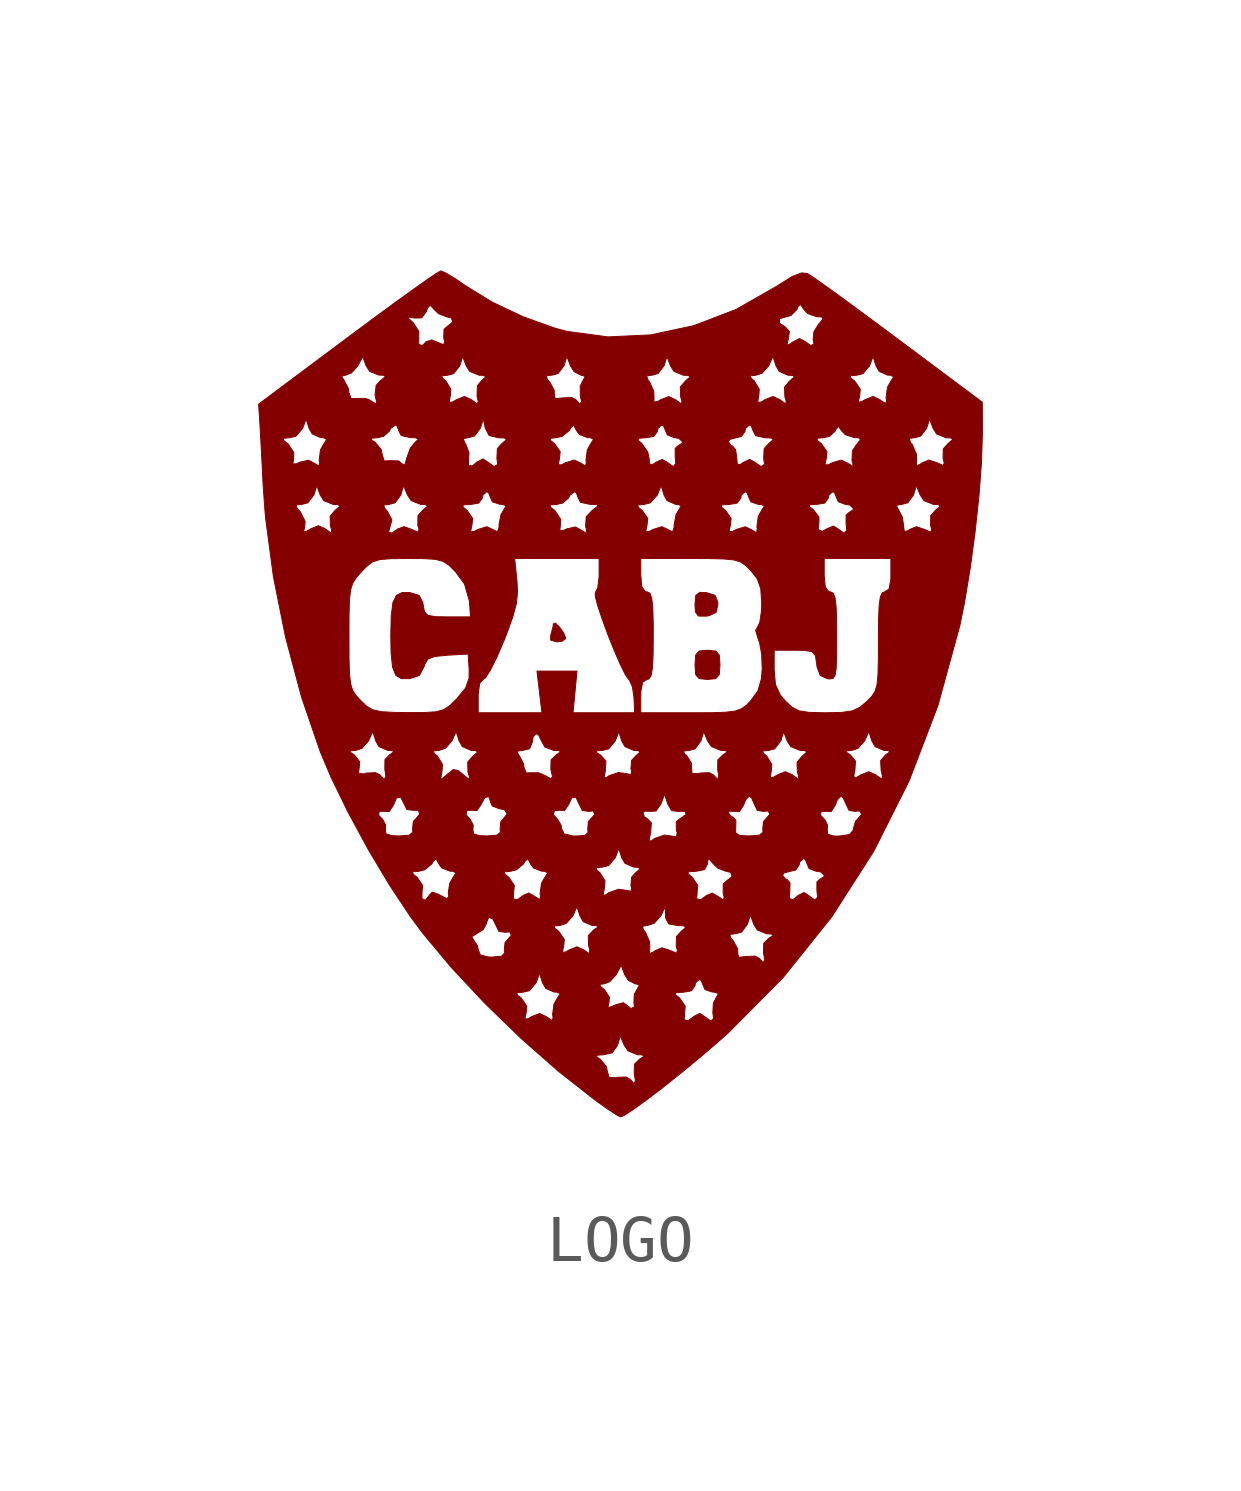
<source format=kicad_sym>
(kicad_symbol_lib
  (version 20210619)
  (generator bitmap2component)
  (symbol "LOGO"
    (pin_names
      (offset 1.016))
    (property "Reference" "#G"
      (at 0 9.382 0)
      (effects (font (size 1.27 1.27)) hide))
    (symbol "LOGO_0_0"
      (polyline (pts (xy 0.086 -9.088) (xy 0.286 -8.96) (xy 0.576 -8.75) (xy 0.932 -8.478) (xy 1.328 -8.162) (xy 1.739 -7.822) (xy 2.139 -7.479) (xy 2.328 -7.311) (xy 3.504 -6.125) (xy 4.545 -4.825) (xy 5.447 -3.416) (xy 6.207 -1.902) (xy 6.823 -0.288) (xy 7.292 1.421) (xy 7.391 1.909) (xy 7.514 2.647) (xy 7.62 3.435) (xy 7.704 4.219) (xy 7.758 4.941) (xy 7.776 5.545) (xy 7.774 6.216) (xy 5.978 7.557) (xy 5.591 7.845) (xy 5.12 8.193) (xy 4.707 8.496) (xy 4.372 8.737) (xy 4.138 8.902) (xy 4.025 8.975) (xy 3.899 8.99) (xy 3.694 8.912) (xy 3.391 8.723) (xy 3.355 8.699) (xy 2.494 8.207) (xy 1.969 8.005) (xy 3.421 8.005) (xy 3.568 8.049) (xy 3.668 8.074) (xy 3.797 8.206) (xy 3.821 8.265) (xy 3.871 8.315) (xy 3.946 8.206) (xy 4.028 8.117) (xy 4.222 8.049) (xy 4.33 8.045) (xy 4.356 8.002) (xy 4.251 7.874) (xy 4.16 7.724) (xy 4.145 7.561) (xy 4.162 7.463) (xy 4.096 7.431) (xy 3.957 7.527) (xy 3.852 7.581) (xy 3.703 7.505) (xy 3.636 7.453) (xy 3.582 7.444) (xy 3.615 7.581) (xy 3.635 7.733) (xy 3.539 7.836) (xy 3.424 7.91) (xy 3.421 8.005) (xy 1.969 8.005) (xy 1.587 7.859) (xy 0.661 7.66) (xy -0.257 7.617) (xy -1.14 7.736) (xy -1.397 7.805) (xy -2.077 8.049) (xy -2.746 8.366) (xy -3.32 8.719) (xy -3.522 8.858) (xy -3.729 8.984) (xy -3.842 9.033) (xy -3.932 8.983) (xy -4.145 8.839) (xy -4.462 8.615) (xy -4.863 8.325) (xy -5.248 8.043) (xy -4.545 8.043) (xy -4.408 8.021) (xy -4.252 8.025) (xy -4.151 8.165) (xy -4.126 8.238) (xy -4.071 8.298) (xy -3.981 8.2) (xy -3.894 8.116) (xy -3.724 8.049) (xy -3.617 8.024) (xy -3.588 7.934) (xy -3.705 7.841) (xy -3.774 7.781) (xy -3.781 7.598) (xy -3.762 7.516) (xy -3.783 7.448) (xy -3.917 7.503) (xy -4.039 7.551) (xy -4.159 7.513) (xy -4.238 7.431) (xy -4.316 7.455) (xy -4.318 7.606) (xy -4.314 7.733) (xy -4.438 7.926) (xy -4.526 8) (xy -4.545 8.043) (xy -5.248 8.043) (xy -5.329 7.983) (xy -5.84 7.603) (xy -6.951 6.773) (xy -5.975 6.773) (xy -5.879 6.797) (xy -5.76 6.843) (xy -5.624 6.995) (xy -5.518 7.193) (xy -5.445 6.995) (xy -5.37 6.877) (xy -5.173 6.797) (xy -5.078 6.795) (xy -5.053 6.781) (xy -3.829 6.781) (xy -3.695 6.794) (xy -3.568 6.828) (xy -3.437 6.997) (xy -3.373 7.197) (xy -3.299 6.997) (xy -3.223 6.877) (xy -3.021 6.794) (xy -2.935 6.792) (xy -2.917 6.783) (xy -1.579 6.783) (xy -1.451 6.797) (xy -1.328 6.83) (xy -1.201 6.997) (xy -1.137 7.197) (xy -1.063 6.997) (xy -0.984 6.872) (xy -0.842 6.797) (xy -0.836 6.797) (xy -0.774 6.779) (xy 0.573 6.779) (xy 0.699 6.797) (xy 0.819 6.831) (xy 0.946 6.997) (xy 1.009 7.197) (xy 1.083 6.997) (xy 1.159 6.877) (xy 1.361 6.794) (xy 1.46 6.791) (xy 1.476 6.781) (xy 2.786 6.781) (xy 2.915 6.794) (xy 3.05 6.837) (xy 3.193 6.998) (xy 3.283 7.2) (xy 3.347 6.998) (xy 3.416 6.877) (xy 3.606 6.794) (xy 3.701 6.791) (xy 3.713 6.783) (xy 4.937 6.783) (xy 5.078 6.794) (xy 5.212 6.827) (xy 5.356 6.997) (xy 5.43 7.197) (xy 5.494 6.997) (xy 5.562 6.877) (xy 5.741 6.797) (xy 5.798 6.796) (xy 5.874 6.762) (xy 5.802 6.649) (xy 5.739 6.536) (xy 5.71 6.318) (xy 5.72 6.254) (xy 5.702 6.185) (xy 5.591 6.259) (xy 5.582 6.267) (xy 5.431 6.338) (xy 5.262 6.272) (xy 5.182 6.225) (xy 5.114 6.219) (xy 5.143 6.351) (xy 5.157 6.494) (xy 5.039 6.667) (xy 4.96 6.729) (xy 4.937 6.783) (xy 3.713 6.783) (xy 3.746 6.761) (xy 3.636 6.667) (xy 3.531 6.542) (xy 3.538 6.335) (xy 3.566 6.238) (xy 3.557 6.179) (xy 3.449 6.256) (xy 3.426 6.274) (xy 3.28 6.338) (xy 3.11 6.269) (xy 3.022 6.217) (xy 2.955 6.216) (xy 2.979 6.357) (xy 2.99 6.494) (xy 2.88 6.676) (xy 2.822 6.722) (xy 2.786 6.781) (xy 1.476 6.781) (xy 1.509 6.761) (xy 1.401 6.667) (xy 1.295 6.542) (xy 1.302 6.335) (xy 1.33 6.238) (xy 1.321 6.179) (xy 1.213 6.256) (xy 1.205 6.262) (xy 1.051 6.337) (xy 0.881 6.273) (xy 0.813 6.233) (xy 0.729 6.217) (xy 0.731 6.332) (xy 0.726 6.452) (xy 0.637 6.649) (xy 0.6 6.696) (xy 0.573 6.779) (xy -0.774 6.779) (xy -0.744 6.771) (xy -0.801 6.667) (xy -0.852 6.561) (xy -0.851 6.354) (xy -0.825 6.233) (xy -0.855 6.173) (xy -0.944 6.268) (xy -1.036 6.318) (xy -1.226 6.309) (xy -1.235 6.306) (xy -1.389 6.293) (xy -1.407 6.369) (xy -1.41 6.472) (xy -1.501 6.641) (xy -1.558 6.709) (xy -1.579 6.783) (xy -2.917 6.783) (xy -2.874 6.763) (xy -2.97 6.676) (xy -3.059 6.569) (xy -3.066 6.343) (xy -3.041 6.237) (xy -3.057 6.179) (xy -3.167 6.255) (xy -3.19 6.273) (xy -3.338 6.338) (xy -3.508 6.269) (xy -3.596 6.217) (xy -3.663 6.216) (xy -3.639 6.357) (xy -3.628 6.494) (xy -3.738 6.676) (xy -3.798 6.723) (xy -3.829 6.781) (xy -5.053 6.781) (xy -5.03 6.768) (xy -5.139 6.676) (xy -5.231 6.577) (xy -5.254 6.363) (xy -5.226 6.245) (xy -5.218 6.173) (xy -5.246 6.186) (xy -5.366 6.26) (xy -5.452 6.296) (xy -5.657 6.297) (xy -5.767 6.293) (xy -5.813 6.416) (xy -5.827 6.512) (xy -5.921 6.69) (xy -5.975 6.773) (xy -6.951 6.773) (xy -7.752 6.174) (xy -7.727 5.792) (xy -7.718 5.636) (xy -7.707 5.442) (xy -7.227 5.442) (xy -7.085 5.453) (xy -6.951 5.486) (xy -6.807 5.655) (xy -6.733 5.855) (xy -6.67 5.655) (xy -6.601 5.535) (xy -6.423 5.456) (xy -6.365 5.454) (xy -6.336 5.442) (xy -5.344 5.442) (xy -5.207 5.453) (xy -5.072 5.483) (xy -4.951 5.59) (xy -4.918 5.653) (xy -4.82 5.724) (xy -4.783 5.709) (xy -4.74 5.59) (xy -4.692 5.5) (xy -4.5 5.456) (xy -4.387 5.453) (xy -4.347 5.435) (xy -3.363 5.435) (xy -3.241 5.456) (xy -3.121 5.491) (xy -2.995 5.657) (xy -2.929 5.858) (xy -2.889 5.657) (xy -2.807 5.502) (xy -2.61 5.453) (xy -2.477 5.448) (xy -2.469 5.441) (xy -1.505 5.441) (xy -1.368 5.453) (xy -1.238 5.484) (xy -1.084 5.612) (xy -1.05 5.671) (xy -0.991 5.721) (xy -0.936 5.612) (xy -0.871 5.524) (xy -0.695 5.456) (xy -0.639 5.454) (xy -0.566 5.421) (xy -0.581 5.397) (xy 0.391 5.397) (xy 0.396 5.442) (xy 0.559 5.453) (xy 0.726 5.482) (xy 0.805 5.59) (xy 0.815 5.652) (xy 0.894 5.724) (xy 0.935 5.709) (xy 0.984 5.59) (xy 1.017 5.512) (xy 1.163 5.456) (xy 1.267 5.439) (xy 1.341 5.366) (xy 2.325 5.366) (xy 2.359 5.418) (xy 2.504 5.456) (xy 2.608 5.481) (xy 2.683 5.59) (xy 2.693 5.652) (xy 2.772 5.724) (xy 2.814 5.709) (xy 2.862 5.59) (xy 2.912 5.498) (xy 3.108 5.453) (xy 3.246 5.447) (xy 3.254 5.441) (xy 4.221 5.441) (xy 4.363 5.453) (xy 4.498 5.484) (xy 4.622 5.6) (xy 4.636 5.635) (xy 4.687 5.698) (xy 4.758 5.6) (xy 4.837 5.518) (xy 5.027 5.456) (xy 5.125 5.452) (xy 5.138 5.438) (xy 6.207 5.438) (xy 6.333 5.456) (xy 6.454 5.489) (xy 6.58 5.655) (xy 6.644 5.855) (xy 6.718 5.655) (xy 6.793 5.535) (xy 6.995 5.453) (xy 7.094 5.449) (xy 7.144 5.419) (xy 7.035 5.325) (xy 6.936 5.213) (xy 6.932 5.007) (xy 6.957 4.918) (xy 6.937 4.858) (xy 6.8 4.918) (xy 6.625 4.975) (xy 6.47 4.907) (xy 6.434 4.879) (xy 6.359 4.852) (xy 6.364 4.977) (xy 6.36 5.103) (xy 6.272 5.308) (xy 6.234 5.355) (xy 6.207 5.438) (xy 5.138 5.438) (xy 5.162 5.412) (xy 5.065 5.29) (xy 4.987 5.17) (xy 4.978 4.954) (xy 4.997 4.903) (xy 5 4.834) (xy 4.897 4.903) (xy 4.747 4.974) (xy 4.559 4.918) (xy 4.468 4.872) (xy 4.398 4.874) (xy 4.427 5.007) (xy 4.442 5.154) (xy 4.323 5.325) (xy 4.245 5.387) (xy 4.221 5.441) (xy 3.254 5.441) (xy 3.291 5.415) (xy 3.189 5.325) (xy 3.094 5.22) (xy 3.083 5.015) (xy 3.101 4.883) (xy 3.03 4.835) (xy 2.884 4.933) (xy 2.785 4.989) (xy 2.642 4.922) (xy 2.583 4.878) (xy 2.519 4.885) (xy 2.504 5.042) (xy 2.481 5.2) (xy 2.415 5.277) (xy 2.393 5.279) (xy 2.325 5.366) (xy 1.341 5.366) (xy 1.337 5.339) (xy 1.242 5.277) (xy 1.185 5.225) (xy 1.185 5.053) (xy 1.198 4.898) (xy 1.143 4.836) (xy 1.005 4.933) (xy 0.907 4.989) (xy 0.764 4.922) (xy 0.721 4.888) (xy 0.644 4.872) (xy 0.626 5.01) (xy 0.597 5.149) (xy 0.469 5.331) (xy 0.391 5.397) (xy -0.581 5.397) (xy -0.637 5.308) (xy -0.7 5.195) (xy -0.729 4.977) (xy -0.722 4.93) (xy -0.735 4.845) (xy -0.835 4.907) (xy -0.978 4.975) (xy -1.165 4.918) (xy -1.256 4.872) (xy -1.325 4.874) (xy -1.297 5.007) (xy -1.282 5.154) (xy -1.401 5.325) (xy -1.48 5.388) (xy -1.505 5.441) (xy -2.469 5.441) (xy -2.432 5.415) (xy -2.535 5.325) (xy -2.63 5.22) (xy -2.64 5.015) (xy -2.623 4.88) (xy -2.696 4.836) (xy -2.844 4.937) (xy -2.937 4.998) (xy -3.059 4.937) (xy -3.166 4.851) (xy -3.252 4.856) (xy -3.246 5.009) (xy -3.238 5.13) (xy -3.31 5.322) (xy -3.329 5.346) (xy -3.363 5.435) (xy -4.347 5.435) (xy -4.322 5.424) (xy -4.404 5.344) (xy -4.499 5.227) (xy -4.577 5.008) (xy -4.579 4.997) (xy -4.618 4.864) (xy -4.681 4.9) (xy -4.751 4.956) (xy -4.927 4.961) (xy -5.059 4.956) (xy -5.098 5.088) (xy -5.123 5.201) (xy -5.254 5.359) (xy -5.315 5.396) (xy -5.344 5.442) (xy -6.336 5.442) (xy -6.29 5.421) (xy -6.362 5.308) (xy -6.424 5.195) (xy -6.453 4.977) (xy -6.446 4.93) (xy -6.458 4.845) (xy -6.559 4.907) (xy -6.679 4.971) (xy -6.872 4.927) (xy -6.931 4.897) (xy -7.015 4.889) (xy -7 5.014) (xy -6.997 5.138) (xy -7.121 5.323) (xy -7.206 5.389) (xy -7.227 5.442) (xy -7.707 5.442) (xy -7.699 5.296) (xy -7.677 4.874) (xy -7.655 4.427) (xy -7.625 4.013) (xy -6.944 4.013) (xy -6.817 4.025) (xy -6.695 4.057) (xy -6.567 4.224) (xy -6.504 4.424) (xy -6.43 4.224) (xy -6.354 4.104) (xy -6.152 4.022) (xy -6.053 4.019) (xy -6.041 4.011) (xy -5.068 4.011) (xy -4.943 4.025) (xy -4.823 4.058) (xy -4.701 4.226) (xy -4.642 4.427) (xy -4.56 4.226) (xy -4.478 4.105) (xy -4.274 4.022) (xy -4.175 4.019) (xy -4.125 3.989) (xy -4.15 3.967) (xy -3.367 3.967) (xy -3.362 4.012) (xy -3.197 4.022) (xy -3.031 4.051) (xy -2.951 4.159) (xy -2.941 4.221) (xy -2.862 4.293) (xy -2.821 4.278) (xy -2.773 4.159) (xy -2.735 4.077) (xy -2.576 4.025) (xy -2.549 4.024) (xy -2.491 4.011) (xy -1.503 4.011) (xy -1.361 4.022) (xy -1.226 4.052) (xy -1.106 4.159) (xy -1.072 4.222) (xy -0.974 4.293) (xy -0.938 4.278) (xy -0.894 4.159) (xy -0.846 4.068) (xy -0.651 4.025) (xy -0.498 4.021) (xy -0.49 4.01) (xy 0.376 4.01) (xy 0.517 4.022) (xy 0.652 4.056) (xy 0.803 4.226) (xy 0.885 4.427) (xy 0.945 4.226) (xy 1.011 4.104) (xy 1.191 4.025) (xy 1.208 4.025) (xy 1.317 4) (xy 1.298 3.967) (xy 2.178 3.967) (xy 2.183 4.012) (xy 2.348 4.022) (xy 2.514 4.051) (xy 2.594 4.159) (xy 2.604 4.221) (xy 2.683 4.293) (xy 2.724 4.278) (xy 2.772 4.159) (xy 2.808 4.078) (xy 2.962 4.025) (xy 3.023 4.023) (xy 3.101 3.99) (xy 3.09 3.973) (xy 4.068 3.973) (xy 4.069 4.016) (xy 4.231 4.025) (xy 4.393 4.051) (xy 4.472 4.159) (xy 4.482 4.221) (xy 4.561 4.293) (xy 4.602 4.278) (xy 4.651 4.159) (xy 4.684 4.081) (xy 4.83 4.025) (xy 4.934 4.008) (xy 4.937 4.004) (xy 5.93 4.004) (xy 6.053 4.025) (xy 6.176 4.057) (xy 6.299 4.226) (xy 6.359 4.427) (xy 6.441 4.226) (xy 6.522 4.105) (xy 6.727 4.022) (xy 6.826 4.019) (xy 6.875 3.989) (xy 6.767 3.894) (xy 6.668 3.783) (xy 6.663 3.576) (xy 6.689 3.487) (xy 6.668 3.427) (xy 6.532 3.487) (xy 6.362 3.545) (xy 6.21 3.483) (xy 6.171 3.453) (xy 6.099 3.447) (xy 6.082 3.593) (xy 6.059 3.748) (xy 5.974 3.917) (xy 5.965 3.927) (xy 5.93 4.004) (xy 4.937 4.004) (xy 5.008 3.935) (xy 5.004 3.908) (xy 4.909 3.846) (xy 4.852 3.794) (xy 4.851 3.622) (xy 4.865 3.467) (xy 4.809 3.405) (xy 4.672 3.502) (xy 4.583 3.559) (xy 4.445 3.503) (xy 4.345 3.446) (xy 4.253 3.483) (xy 4.269 3.644) (xy 4.27 3.751) (xy 4.156 3.904) (xy 4.068 3.973) (xy 3.09 3.973) (xy 3.029 3.877) (xy 2.967 3.764) (xy 2.938 3.546) (xy 2.945 3.499) (xy 2.932 3.414) (xy 2.832 3.476) (xy 2.689 3.544) (xy 2.501 3.487) (xy 2.411 3.441) (xy 2.341 3.443) (xy 2.37 3.576) (xy 2.385 3.723) (xy 2.266 3.894) (xy 2.178 3.967) (xy 1.298 3.967) (xy 1.27 3.917) (xy 1.205 3.807) (xy 1.163 3.593) (xy 1.161 3.529) (xy 1.129 3.434) (xy 1.034 3.483) (xy 0.901 3.545) (xy 0.713 3.487) (xy 0.622 3.441) (xy 0.553 3.443) (xy 0.581 3.576) (xy 0.596 3.723) (xy 0.478 3.894) (xy 0.399 3.956) (xy 0.376 4.01) (xy -0.49 4.01) (xy -0.471 3.988) (xy -0.598 3.891) (xy -0.723 3.76) (xy -0.737 3.556) (xy -0.718 3.477) (xy -0.727 3.406) (xy -0.829 3.472) (xy -0.955 3.539) (xy -1.148 3.496) (xy -1.207 3.466) (xy -1.291 3.458) (xy -1.277 3.583) (xy -1.273 3.707) (xy -1.397 3.892) (xy -1.482 3.958) (xy -1.503 4.011) (xy -2.491 4.011) (xy -2.44 3.999) (xy -2.486 3.917) (xy -2.552 3.807) (xy -2.594 3.593) (xy -2.595 3.529) (xy -2.627 3.434) (xy -2.722 3.483) (xy -2.856 3.545) (xy -3.044 3.487) (xy -3.134 3.441) (xy -3.204 3.443) (xy -3.175 3.576) (xy -3.16 3.723) (xy -3.279 3.894) (xy -3.367 3.967) (xy -4.15 3.967) (xy -4.234 3.894) (xy -4.333 3.783) (xy -4.337 3.576) (xy -4.311 3.483) (xy -4.334 3.428) (xy -4.473 3.489) (xy -4.631 3.546) (xy -4.768 3.496) (xy -4.889 3.409) (xy -4.964 3.425) (xy -4.93 3.555) (xy -4.892 3.69) (xy -4.984 3.868) (xy -5.047 3.941) (xy -5.068 4.011) (xy -6.041 4.011) (xy -6.003 3.989) (xy -6.112 3.894) (xy -6.218 3.769) (xy -6.211 3.562) (xy -6.183 3.466) (xy -6.192 3.407) (xy -6.3 3.483) (xy -6.323 3.502) (xy -6.469 3.565) (xy -6.639 3.496) (xy -6.717 3.45) (xy -6.789 3.433) (xy -6.763 3.537) (xy -6.754 3.66) (xy -6.854 3.859) (xy -6.93 3.948) (xy -6.944 4.013) (xy -7.625 4.013) (xy -7.605 3.748) (xy -7.435 2.475) (xy -7.18 1.204) (xy -5.813 1.204) (xy -5.812 1.659) (xy -5.803 1.974) (xy -5.779 2.185) (xy -5.734 2.331) (xy -5.66 2.448) (xy -5.55 2.574) (xy -5.431 2.698) (xy -5.305 2.791) (xy -5.147 2.84) (xy -4.908 2.859) (xy -4.539 2.862) (xy -4.215 2.86) (xy -3.959 2.844) (xy -3.792 2.8) (xy -3.662 2.714) (xy -3.522 2.571) (xy -3.335 2.316) (xy -3.229 1.945) (xy -3.206 1.61) (xy -3.699 1.61) (xy -3.955 1.614) (xy -4.119 1.642) (xy -4.192 1.715) (xy -4.22 1.856) (xy -4.229 1.918) (xy -4.31 2.072) (xy -4.507 2.131) (xy -4.669 2.134) (xy -4.796 2.072) (xy -4.871 1.916) (xy -4.907 1.637) (xy -4.916 1.207) (xy -4.91 0.828) (xy -4.878 0.53) (xy -4.809 0.358) (xy -4.691 0.285) (xy -4.51 0.284) (xy -4.304 0.354) (xy -4.204 0.537) (xy -4.188 0.593) (xy -4.12 0.704) (xy -3.976 0.76) (xy -3.704 0.787) (xy -3.257 0.813) (xy -3.235 0.482) (xy -3.237 0.293) (xy -3.312 0.082) (xy -3.453 -0.089) (xy -3.041 -0.089) (xy -3.041 -0.05) (xy -3.008 0.185) (xy -2.929 0.27) (xy -2.885 0.303) (xy -2.777 0.471) (xy -2.639 0.747) (xy -2.489 1.097) (xy -2.429 1.25) (xy -2.295 1.621) (xy -2.221 1.901) (xy -2.197 2.14) (xy -2.21 2.393) (xy -2.259 2.862) (xy -0.447 2.862) (xy 0.447 2.862) (xy 1.504 2.862) (xy 1.898 2.861) (xy 2.224 2.853) (xy 2.441 2.832) (xy 2.584 2.789) (xy 2.692 2.718) (xy 2.8 2.611) (xy 2.944 2.431) (xy 3.021 2.214) (xy 3.041 1.901) (xy 3.035 1.732) (xy 3.002 1.5) (xy 2.951 1.386) (xy 2.911 1.321) (xy 2.965 1.138) (xy 2.995 1.058) (xy 3.025 0.894) (xy 3.309 0.894) (xy 3.751 0.894) (xy 3.966 0.891) (xy 4.126 0.862) (xy 4.194 0.777) (xy 4.22 0.604) (xy 4.229 0.534) (xy 4.298 0.353) (xy 4.449 0.284) (xy 4.502 0.278) (xy 4.573 0.29) (xy 4.617 0.357) (xy 4.64 0.511) (xy 4.649 0.782) (xy 4.651 1.201) (xy 4.649 1.457) (xy 4.64 1.802) (xy 4.617 2.013) (xy 4.578 2.118) (xy 4.516 2.147) (xy 4.478 2.153) (xy 4.404 2.256) (xy 4.382 2.504) (xy 4.382 2.862) (xy 5.813 2.862) (xy 5.813 2.504) (xy 5.811 2.401) (xy 5.772 2.206) (xy 5.679 2.147) (xy 5.628 2.127) (xy 5.587 2.04) (xy 5.561 1.856) (xy 5.548 1.549) (xy 5.545 1.09) (xy 5.544 0.696) (xy 5.536 0.369) (xy 5.515 0.153) (xy 5.472 0.009) (xy 5.401 -0.098) (xy 5.294 -0.207) (xy 5.148 -0.33) (xy 4.986 -0.406) (xy 4.762 -0.439) (xy 4.417 -0.447) (xy 4.391 -0.447) (xy 4.059 -0.439) (xy 3.846 -0.406) (xy 3.695 -0.33) (xy 3.549 -0.196) (xy 3.438 -0.064) (xy 3.336 0.162) (xy 3.309 0.474) (xy 3.309 0.894) (xy 3.025 0.894) (xy 3.041 0.801) (xy 3.052 0.497) (xy 3.035 0.283) (xy 2.959 0.02) (xy 2.798 -0.199) (xy 2.707 -0.29) (xy 2.602 -0.365) (xy 2.466 -0.412) (xy 2.262 -0.436) (xy 1.954 -0.446) (xy 1.504 -0.447) (xy 0.447 -0.447) (xy 0.447 -0.089) (xy 0.45 0.013) (xy 0.488 0.209) (xy 0.581 0.268) (xy 0.617 0.276) (xy 0.666 0.342) (xy 0.696 0.5) (xy 0.711 0.779) (xy 0.715 1.207) (xy 0.714 1.455) (xy 0.705 1.801) (xy 0.682 2.012) (xy 0.643 2.118) (xy 0.581 2.147) (xy 0.543 2.153) (xy 0.469 2.256) (xy 0.447 2.504) (xy 0.447 2.862) (xy -0.447 2.862) (xy -0.447 2.512) (xy -0.449 2.442) (xy -0.477 2.231) (xy -0.528 2.132) (xy -0.53 2.051) (xy -0.476 1.846) (xy -0.379 1.556) (xy -0.256 1.222) (xy -0.121 0.885) (xy 0.01 0.585) (xy 0.12 0.363) (xy 0.196 0.258) (xy 0.207 0.248) (xy 0.268 0.107) (xy 0.301 -0.122) (xy 0.316 -0.447) (xy -1.007 -0.447) (xy -0.964 0) (xy -0.921 0.447) (xy -1.78 0.447) (xy -1.727 0) (xy -1.674 -0.447) (xy -3.041 -0.447) (xy -3.041 -0.089) (xy -3.453 -0.089) (xy -3.502 -0.148) (xy -3.645 -0.289) (xy -3.776 -0.379) (xy -3.939 -0.425) (xy -4.183 -0.442) (xy -4.556 -0.443) (xy -4.851 -0.439) (xy -5.126 -0.423) (xy -5.305 -0.383) (xy -5.436 -0.306) (xy -5.567 -0.18) (xy -5.666 -0.071) (xy -5.737 0.041) (xy -5.78 0.185) (xy -5.803 0.4) (xy -5.812 0.72) (xy -5.813 1.182) (xy -5.813 1.204) (xy -7.18 1.204) (xy -7.172 1.167) (xy -6.831 -0.112) (xy -6.435 -1.266) (xy -5.8 -1.266) (xy -5.671 -1.255) (xy -5.536 -1.212) (xy -5.393 -1.051) (xy -5.303 -0.85) (xy -5.239 -1.051) (xy -5.17 -1.173) (xy -4.98 -1.255) (xy -4.906 -1.257) (xy -4.874 -1.268) (xy -4.011 -1.268) (xy -3.882 -1.255) (xy -3.748 -1.212) (xy -3.604 -1.051) (xy -3.514 -0.85) (xy -3.45 -1.051) (xy -3.381 -1.173) (xy -3.191 -1.255) (xy -3.096 -1.258) (xy -3.076 -1.272) (xy -2.206 -1.272) (xy -2.075 -1.252) (xy -1.938 -1.219) (xy -1.878 -1.073) (xy -1.863 -0.969) (xy -1.799 -0.894) (xy -1.744 -0.928) (xy -1.673 -1.073) (xy -1.611 -1.183) (xy -1.417 -1.255) (xy -1.323 -1.258) (xy -1.306 -1.265) (xy -0.516 -1.265) (xy -0.377 -1.255) (xy -0.243 -1.222) (xy -0.099 -1.052) (xy -0.025 -0.853) (xy 0.038 -1.052) (xy 0.107 -1.173) (xy 0.297 -1.255) (xy 0.382 -1.258) (xy 0.407 -1.27) (xy 1.359 -1.27) (xy 1.488 -1.255) (xy 1.612 -1.221) (xy 1.738 -1.051) (xy 1.798 -0.85) (xy 1.88 -1.051) (xy 1.961 -1.171) (xy 2.166 -1.255) (xy 2.255 -1.257) (xy 2.281 -1.268) (xy 3.057 -1.268) (xy 3.191 -1.255) (xy 3.319 -1.222) (xy 3.45 -1.052) (xy 3.513 -0.853) (xy 3.587 -1.052) (xy 3.663 -1.172) (xy 3.865 -1.255) (xy 3.964 -1.258) (xy 3.977 -1.266) (xy 4.844 -1.266) (xy 4.972 -1.255) (xy 5.106 -1.212) (xy 5.25 -1.051) (xy 5.34 -0.85) (xy 5.404 -1.051) (xy 5.473 -1.173) (xy 5.663 -1.255) (xy 5.737 -1.257) (xy 5.8 -1.279) (xy 5.701 -1.349) (xy 5.593 -1.472) (xy 5.604 -1.682) (xy 5.633 -1.815) (xy 5.615 -1.869) (xy 5.508 -1.794) (xy 5.487 -1.778) (xy 5.338 -1.712) (xy 5.168 -1.78) (xy 5.07 -1.837) (xy 5.014 -1.823) (xy 5.042 -1.667) (xy 5.053 -1.484) (xy 4.942 -1.349) (xy 4.885 -1.315) (xy 4.844 -1.266) (xy 3.977 -1.266) (xy 4.013 -1.288) (xy 3.905 -1.383) (xy 3.799 -1.508) (xy 3.806 -1.714) (xy 3.834 -1.811) (xy 3.825 -1.87) (xy 3.717 -1.793) (xy 3.695 -1.775) (xy 3.548 -1.711) (xy 3.379 -1.78) (xy 3.29 -1.832) (xy 3.224 -1.833) (xy 3.247 -1.692) (xy 3.259 -1.556) (xy 3.148 -1.373) (xy 3.089 -1.326) (xy 3.057 -1.268) (xy 2.281 -1.268) (xy 2.311 -1.281) (xy 2.206 -1.353) (xy 2.1 -1.458) (xy 2.096 -1.663) (xy 2.121 -1.812) (xy 2.093 -1.875) (xy 2.008 -1.781) (xy 1.916 -1.732) (xy 1.727 -1.74) (xy 1.663 -1.755) (xy 1.546 -1.746) (xy 1.539 -1.636) (xy 1.535 -1.532) (xy 1.434 -1.367) (xy 1.393 -1.333) (xy 1.359 -1.27) (xy 0.407 -1.27) (xy 0.437 -1.286) (xy 0.334 -1.378) (xy 0.25 -1.47) (xy 0.235 -1.653) (xy 0.25 -1.694) (xy 0.238 -1.772) (xy 0.099 -1.747) (xy -0.031 -1.729) (xy -0.234 -1.797) (xy -0.294 -1.843) (xy -0.339 -1.833) (xy -0.311 -1.679) (xy -0.301 -1.484) (xy -0.417 -1.353) (xy -0.488 -1.31) (xy -0.516 -1.265) (xy -1.306 -1.265) (xy -1.268 -1.282) (xy -1.371 -1.353) (xy -1.478 -1.458) (xy -1.482 -1.663) (xy -1.446 -1.824) (xy -1.484 -1.86) (xy -1.638 -1.778) (xy -1.75 -1.734) (xy -1.928 -1.734) (xy -2.007 -1.739) (xy -2.057 -1.625) (xy -2.069 -1.539) (xy -2.164 -1.359) (xy -2.179 -1.345) (xy -2.206 -1.272) (xy -3.076 -1.272) (xy -3.051 -1.288) (xy -3.161 -1.383) (xy -3.266 -1.507) (xy -3.261 -1.715) (xy -3.227 -1.834) (xy -3.247 -1.869) (xy -3.369 -1.768) (xy -3.467 -1.688) (xy -3.574 -1.665) (xy -3.706 -1.768) (xy -3.797 -1.85) (xy -3.845 -1.855) (xy -3.817 -1.706) (xy -3.807 -1.556) (xy -3.917 -1.373) (xy -3.975 -1.328) (xy -4.011 -1.268) (xy -4.874 -1.268) (xy -4.843 -1.279) (xy -4.942 -1.349) (xy -5.042 -1.452) (xy -5.044 -1.659) (xy -5.021 -1.816) (xy -5.058 -1.876) (xy -5.147 -1.781) (xy -5.239 -1.732) (xy -5.428 -1.74) (xy -5.515 -1.759) (xy -5.609 -1.742) (xy -5.593 -1.62) (xy -5.582 -1.499) (xy -5.698 -1.351) (xy -5.759 -1.314) (xy -5.8 -1.266) (xy -6.435 -1.266) (xy -6.424 -1.297) (xy -6.198 -1.83) (xy -5.83 -2.587) (xy -5.796 -2.648) (xy -5.175 -2.648) (xy -5.167 -2.563) (xy -5.048 -2.563) (xy -4.948 -2.566) (xy -4.859 -2.426) (xy -4.792 -2.274) (xy -4.703 -2.257) (xy -4.625 -2.415) (xy -4.571 -2.522) (xy -4.435 -2.54) (xy -4.324 -2.538) (xy -4.298 -2.624) (xy -4.306 -2.634) (xy -3.301 -2.634) (xy -3.285 -2.543) (xy -3.167 -2.54) (xy -3.067 -2.546) (xy -2.978 -2.415) (xy -2.976 -2.408) (xy -2.898 -2.265) (xy -2.813 -2.248) (xy -2.773 -2.37) (xy -2.739 -2.448) (xy -2.594 -2.504) (xy -2.48 -2.525) (xy -2.417 -2.616) (xy -2.434 -2.636) (xy -1.424 -2.636) (xy -1.407 -2.545) (xy -1.289 -2.54) (xy -1.189 -2.546) (xy -1.099 -2.415) (xy -1.033 -2.269) (xy -0.944 -2.261) (xy -0.866 -2.426) (xy -0.809 -2.542) (xy -0.676 -2.563) (xy -0.573 -2.554) (xy -0.558 -2.588) (xy 0.495 -2.588) (xy 0.532 -2.558) (xy 0.673 -2.562) (xy 0.774 -2.555) (xy 0.881 -2.403) (xy 0.958 -2.194) (xy 1.024 -2.402) (xy 1.106 -2.545) (xy 1.261 -2.565) (xy 1.4 -2.562) (xy 1.409 -2.596) (xy 2.325 -2.596) (xy 2.346 -2.559) (xy 2.465 -2.563) (xy 2.565 -2.566) (xy 2.654 -2.426) (xy 2.699 -2.311) (xy 2.772 -2.236) (xy 2.825 -2.275) (xy 2.891 -2.426) (xy 2.947 -2.542) (xy 3.08 -2.563) (xy 3.183 -2.554) (xy 3.215 -2.627) (xy 3.196 -2.648) (xy 4.306 -2.648) (xy 4.314 -2.563) (xy 4.432 -2.563) (xy 4.533 -2.566) (xy 4.622 -2.426) (xy 4.666 -2.311) (xy 4.74 -2.236) (xy 4.792 -2.275) (xy 4.859 -2.426) (xy 4.915 -2.542) (xy 5.048 -2.563) (xy 5.145 -2.553) (xy 5.185 -2.624) (xy 5.098 -2.728) (xy 5.055 -2.772) (xy 5.008 -2.934) (xy 5.006 -2.963) (xy 4.927 -3.059) (xy 4.708 -3.092) (xy 4.58 -3.09) (xy 4.455 -3.05) (xy 4.447 -2.945) (xy 4.454 -2.858) (xy 4.39 -2.733) (xy 4.306 -2.648) (xy 3.196 -2.648) (xy 3.122 -2.733) (xy 3.079 -2.783) (xy 3.064 -2.941) (xy 3.069 -3.011) (xy 2.992 -3.073) (xy 2.775 -3.09) (xy 2.566 -3.078) (xy 2.481 -3.021) (xy 2.486 -2.886) (xy 2.488 -2.756) (xy 2.425 -2.683) (xy 2.395 -2.679) (xy 2.325 -2.596) (xy 1.409 -2.596) (xy 1.418 -2.63) (xy 1.291 -2.718) (xy 1.208 -2.783) (xy 1.21 -2.96) (xy 1.227 -3.02) (xy 1.215 -3.11) (xy 1.078 -3.087) (xy 0.954 -3.071) (xy 0.741 -3.145) (xy 0.664 -3.202) (xy 0.626 -3.181) (xy 0.658 -3.017) (xy 0.675 -2.813) (xy 0.584 -2.716) (xy 0.522 -2.679) (xy 0.495 -2.588) (xy -0.558 -2.588) (xy -0.541 -2.627) (xy -0.634 -2.733) (xy -0.678 -2.785) (xy -0.691 -2.945) (xy -0.683 -3.011) (xy -0.749 -3.078) (xy -0.952 -3.092) (xy -1.008 -3.09) (xy -1.196 -3.046) (xy -1.252 -2.934) (xy -1.263 -2.856) (xy -1.342 -2.728) (xy -1.424 -2.636) (xy -2.434 -2.636) (xy -2.512 -2.733) (xy -2.555 -2.783) (xy -2.571 -2.941) (xy -2.565 -3.012) (xy -2.644 -3.074) (xy -2.862 -3.09) (xy -3.019 -3.083) (xy -3.144 -3.041) (xy -3.154 -2.941) (xy -3.147 -2.859) (xy -3.212 -2.733) (xy -3.301 -2.634) (xy -4.306 -2.634) (xy -4.39 -2.733) (xy -4.434 -2.783) (xy -4.449 -2.941) (xy -4.444 -3.012) (xy -4.522 -3.074) (xy -4.74 -3.09) (xy -4.897 -3.083) (xy -5.022 -3.041) (xy -5.032 -2.941) (xy -5.025 -2.859) (xy -5.09 -2.733) (xy -5.175 -2.648) (xy -5.796 -2.648) (xy -5.401 -3.378) (xy -5.113 -3.86) (xy -4.456 -3.86) (xy -4.32 -3.849) (xy -4.189 -3.817) (xy -4.035 -3.689) (xy -4.001 -3.63) (xy -3.942 -3.58) (xy -3.887 -3.689) (xy -3.822 -3.777) (xy -3.646 -3.846) (xy -3.591 -3.847) (xy -3.562 -3.86) (xy -2.489 -3.86) (xy -2.352 -3.849) (xy -2.221 -3.817) (xy -2.067 -3.689) (xy -2.033 -3.63) (xy -1.975 -3.58) (xy -1.919 -3.689) (xy -1.858 -3.772) (xy -0.516 -3.772) (xy -0.377 -3.759) (xy -0.244 -3.726) (xy -0.099 -3.557) (xy -0.025 -3.357) (xy 0.038 -3.557) (xy 0.107 -3.677) (xy 0.297 -3.759) (xy 0.382 -3.762) (xy 0.437 -3.791) (xy 0.334 -3.882) (xy 0.314 -3.903) (xy 1.462 -3.903) (xy 1.467 -3.859) (xy 1.632 -3.849) (xy 1.814 -3.813) (xy 1.881 -3.689) (xy 1.884 -3.619) (xy 1.911 -3.582) (xy 2.003 -3.689) (xy 2.099 -3.78) (xy 2.268 -3.846) (xy 2.375 -3.871) (xy 2.396 -3.935) (xy 3.488 -3.935) (xy 3.522 -3.883) (xy 3.667 -3.846) (xy 3.771 -3.821) (xy 3.846 -3.712) (xy 3.856 -3.65) (xy 3.935 -3.577) (xy 3.976 -3.593) (xy 4.025 -3.712) (xy 4.058 -3.79) (xy 4.204 -3.846) (xy 4.307 -3.862) (xy 4.382 -3.935) (xy 4.378 -3.962) (xy 4.282 -4.025) (xy 4.226 -4.077) (xy 4.225 -4.248) (xy 4.239 -4.406) (xy 4.182 -4.465) (xy 4.043 -4.364) (xy 3.95 -4.303) (xy 3.828 -4.364) (xy 3.711 -4.457) (xy 3.637 -4.432) (xy 3.645 -4.248) (xy 3.65 -4.099) (xy 3.588 -4.025) (xy 3.557 -4.02) (xy 3.488 -3.935) (xy 2.396 -3.935) (xy 2.405 -3.961) (xy 2.288 -4.054) (xy 2.216 -4.117) (xy 2.214 -4.31) (xy 2.235 -4.402) (xy 2.222 -4.465) (xy 2.113 -4.391) (xy 1.979 -4.315) (xy 1.856 -4.368) (xy 1.736 -4.458) (xy 1.647 -4.441) (xy 1.657 -4.286) (xy 1.67 -4.152) (xy 1.551 -3.976) (xy 1.462 -3.903) (xy 0.314 -3.903) (xy 0.25 -3.974) (xy 0.235 -4.158) (xy 0.25 -4.199) (xy 0.238 -4.276) (xy 0.099 -4.251) (xy -0.027 -4.233) (xy -0.243 -4.308) (xy -0.309 -4.358) (xy -0.36 -4.357) (xy -0.333 -4.21) (xy -0.32 -4.053) (xy -0.429 -3.878) (xy -0.492 -3.827) (xy -0.516 -3.772) (xy -1.858 -3.772) (xy -1.855 -3.777) (xy -1.679 -3.846) (xy -1.623 -3.847) (xy -1.549 -3.881) (xy -1.621 -3.994) (xy -1.684 -4.107) (xy -1.713 -4.325) (xy -1.704 -4.384) (xy -1.72 -4.457) (xy -1.829 -4.386) (xy -1.956 -4.314) (xy -2.079 -4.368) (xy -2.2 -4.458) (xy -2.289 -4.441) (xy -2.279 -4.286) (xy -2.266 -4.152) (xy -2.384 -3.976) (xy -2.464 -3.914) (xy -2.489 -3.86) (xy -3.562 -3.86) (xy -3.517 -3.881) (xy -3.589 -3.994) (xy -3.652 -4.105) (xy -3.683 -4.311) (xy -3.673 -4.389) (xy -3.71 -4.435) (xy -3.851 -4.365) (xy -3.887 -4.344) (xy -4.025 -4.295) (xy -4.089 -4.36) (xy -4.091 -4.366) (xy -4.176 -4.47) (xy -4.249 -4.434) (xy -4.246 -4.286) (xy -4.233 -4.152) (xy -4.352 -3.976) (xy -4.431 -3.914) (xy -4.456 -3.86) (xy -5.113 -3.86) (xy -4.944 -4.143) (xy -4.491 -4.826) (xy -4.235 -5.17) (xy -4.167 -5.252) (xy -3.179 -5.252) (xy -3.056 -5.175) (xy -2.936 -5.102) (xy -2.862 -4.967) (xy -2.862 -4.948) (xy -2.816 -4.838) (xy -2.731 -4.866) (xy -2.654 -5.02) (xy -2.653 -5.022) (xy -1.418 -5.022) (xy -1.288 -5.011) (xy -1.154 -4.968) (xy -1.011 -4.807) (xy -0.921 -4.606) (xy -0.857 -4.807) (xy -0.787 -4.929) (xy -0.598 -5.011) (xy -0.516 -5.013) (xy -0.483 -5.027) (xy 0.482 -5.027) (xy 0.601 -5.008) (xy 0.736 -4.962) (xy 0.875 -4.807) (xy 0.972 -4.606) (xy 0.978 -4.807) (xy 0.98 -4.848) (xy 1.044 -4.976) (xy 1.23 -5.011) (xy 1.368 -5.017) (xy 1.413 -5.05) (xy 1.311 -5.139) (xy 1.256 -5.202) (xy 2.357 -5.202) (xy 2.484 -5.187) (xy 2.607 -5.155) (xy 2.734 -4.987) (xy 2.798 -4.788) (xy 2.872 -4.987) (xy 2.948 -5.108) (xy 3.15 -5.19) (xy 3.239 -5.193) (xy 3.295 -5.216) (xy 3.19 -5.288) (xy 3.084 -5.394) (xy 3.08 -5.598) (xy 3.105 -5.747) (xy 3.077 -5.811) (xy 2.992 -5.717) (xy 2.9 -5.667) (xy 2.709 -5.676) (xy 2.7 -5.678) (xy 2.546 -5.692) (xy 2.529 -5.616) (xy 2.525 -5.512) (xy 2.434 -5.344) (xy 2.377 -5.276) (xy 2.357 -5.202) (xy 1.256 -5.202) (xy 1.212 -5.251) (xy 1.208 -5.457) (xy 1.233 -5.546) (xy 1.213 -5.606) (xy 1.076 -5.546) (xy 0.901 -5.489) (xy 0.746 -5.557) (xy 0.71 -5.585) (xy 0.635 -5.612) (xy 0.64 -5.487) (xy 0.636 -5.361) (xy 0.548 -5.156) (xy 0.511 -5.111) (xy 0.482 -5.027) (xy -0.483 -5.027) (xy -0.459 -5.036) (xy -0.567 -5.109) (xy -0.679 -5.229) (xy -0.673 -5.435) (xy -0.647 -5.549) (xy -0.661 -5.612) (xy -0.762 -5.544) (xy -0.77 -5.537) (xy -0.919 -5.468) (xy -1.088 -5.534) (xy -1.168 -5.581) (xy -1.236 -5.586) (xy -1.207 -5.455) (xy -1.193 -5.311) (xy -1.311 -5.139) (xy -1.391 -5.076) (xy -1.418 -5.022) (xy -2.653 -5.022) (xy -2.598 -5.136) (xy -2.465 -5.157) (xy -2.362 -5.148) (xy -2.33 -5.221) (xy -2.423 -5.326) (xy -2.466 -5.378) (xy -2.48 -5.537) (xy -2.473 -5.598) (xy -2.538 -5.669) (xy -2.741 -5.688) (xy -2.819 -5.686) (xy -2.992 -5.644) (xy -3.041 -5.532) (xy -3.054 -5.449) (xy -3.146 -5.312) (xy -3.179 -5.252) (xy -4.167 -5.252) (xy -3.618 -5.911) (xy -3.11 -6.454) (xy -2.218 -6.454) (xy -2.077 -6.442) (xy -1.943 -6.41) (xy -1.799 -6.24) (xy -1.725 -6.04) (xy -1.661 -6.24) (xy -1.64 -6.276) (xy -0.442 -6.276) (xy -0.339 -6.263) (xy -0.217 -6.216) (xy -0.079 -6.063) (xy 0.027 -5.865) (xy 0.1 -6.063) (xy 0.178 -6.186) (xy 0.321 -6.261) (xy 0.334 -6.261) (xy 0.419 -6.288) (xy 0.359 -6.394) (xy 0.308 -6.485) (xy 0.307 -6.497) (xy 1.194 -6.497) (xy 1.199 -6.452) (xy 1.364 -6.442) (xy 1.531 -6.413) (xy 1.61 -6.305) (xy 1.62 -6.244) (xy 1.699 -6.171) (xy 1.74 -6.186) (xy 1.789 -6.305) (xy 1.824 -6.386) (xy 1.978 -6.439) (xy 2.021 -6.44) (xy 2.115 -6.471) (xy 2.057 -6.573) (xy 2.004 -6.676) (xy 1.993 -6.886) (xy 2.009 -7.008) (xy 1.949 -7.059) (xy 1.807 -6.958) (xy 1.714 -6.897) (xy 1.592 -6.958) (xy 1.466 -7.052) (xy 1.378 -7.034) (xy 1.388 -6.88) (xy 1.401 -6.745) (xy 1.282 -6.57) (xy 1.194 -6.497) (xy 0.307 -6.497) (xy 0.3 -6.662) (xy 0.309 -6.758) (xy 0.237 -6.794) (xy 0.134 -6.707) (xy 0.072 -6.667) (xy -0.108 -6.718) (xy -0.177 -6.753) (xy -0.259 -6.766) (xy -0.236 -6.662) (xy -0.223 -6.554) (xy -0.334 -6.386) (xy -0.4 -6.334) (xy -0.442 -6.276) (xy -1.64 -6.276) (xy -1.592 -6.36) (xy -1.414 -6.439) (xy -1.357 -6.441) (xy -1.281 -6.474) (xy -1.353 -6.587) (xy -1.416 -6.7) (xy -1.445 -6.918) (xy -1.435 -6.983) (xy -1.453 -7.051) (xy -1.564 -6.977) (xy -1.573 -6.97) (xy -1.723 -6.899) (xy -1.893 -6.965) (xy -1.973 -7.012) (xy -2.041 -7.017) (xy -2.012 -6.886) (xy -1.998 -6.742) (xy -2.116 -6.57) (xy -2.195 -6.508) (xy -2.218 -6.454) (xy -3.11 -6.454) (xy -2.899 -6.679) (xy -2.119 -7.436) (xy -1.711 -7.795) (xy -0.499 -7.795) (xy -0.346 -7.784) (xy -0.168 -7.744) (xy -0.051 -7.58) (xy 0.009 -7.378) (xy 0.091 -7.58) (xy 0.172 -7.7) (xy 0.377 -7.784) (xy 0.467 -7.786) (xy 0.522 -7.81) (xy 0.417 -7.882) (xy 0.311 -7.987) (xy 0.307 -8.192) (xy 0.332 -8.341) (xy 0.304 -8.404) (xy 0.219 -8.31) (xy 0.13 -8.261) (xy -0.054 -8.267) (xy -0.1 -8.278) (xy -0.234 -8.269) (xy -0.268 -8.145) (xy -0.294 -8.034) (xy -0.425 -7.878) (xy -0.491 -7.836) (xy -0.499 -7.795) (xy -1.711 -7.795) (xy -1.314 -8.144) (xy -0.522 -8.765) (xy -0.28 -8.938) (xy -0.085 -9.067) (xy 0.011 -9.118) (xy 0.086 -9.088)) (stroke (width 0.01)) (fill (type outline)))
      (polyline (pts (xy -1.238 1.088) (xy -1.163 1.146) (xy -1.163 1.153) (xy -1.209 1.269) (xy -1.299 1.395) (xy -1.387 1.477) (xy -1.428 1.461) (xy -1.435 1.4) (xy -1.485 1.215) (xy -1.487 1.111) (xy -1.351 1.073) (xy -1.238 1.088)) (stroke (width 0.01)) (fill (type outline)))
      (polyline (pts (xy 2.056 0.285) (xy 2.131 0.371) (xy 2.146 0.581) (xy 2.132 0.788) (xy 2.058 0.877) (xy 1.878 0.894) (xy 1.701 0.878) (xy 1.625 0.792) (xy 1.61 0.581) (xy 1.624 0.374) (xy 1.698 0.286) (xy 1.878 0.268) (xy 2.056 0.285)) (stroke (width 0.01)) (fill (type outline)))
      (polyline (pts (xy 1.91 1.634) (xy 2.062 1.706) (xy 2.102 1.878) (xy 2.1 1.928) (xy 2.04 2.073) (xy 1.856 2.13) (xy 1.712 2.136) (xy 1.627 2.071) (xy 1.61 1.878) (xy 1.619 1.716) (xy 1.685 1.627) (xy 1.856 1.626) (xy 1.91 1.634)) (stroke (width 0.01)) (fill (type outline))))))
</source>
